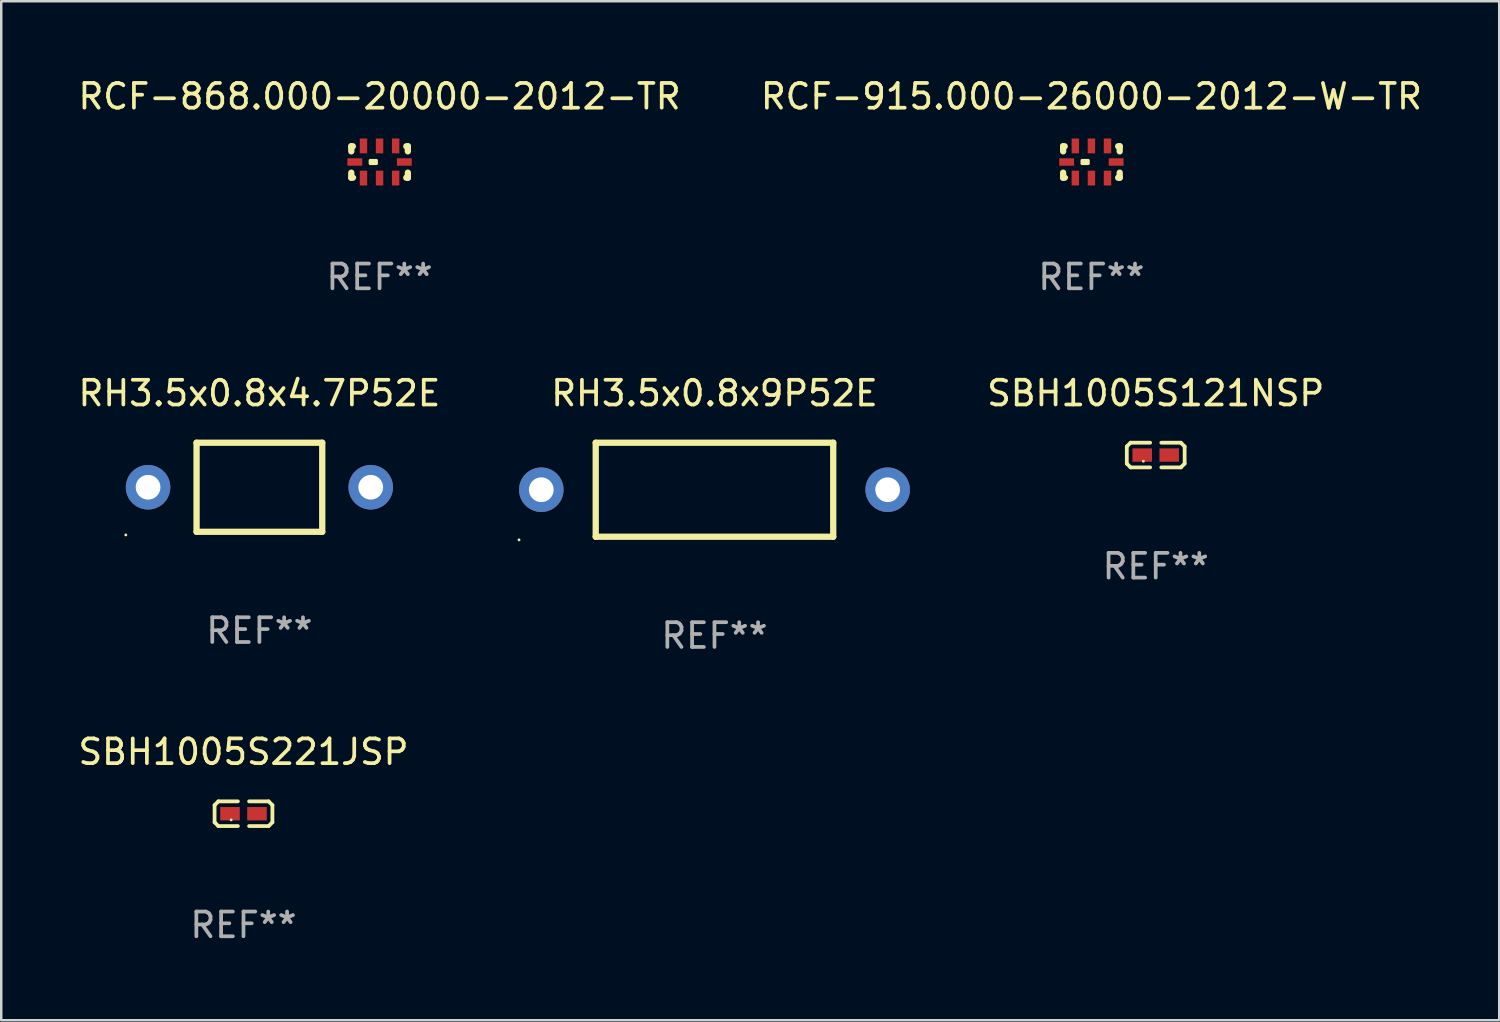
<source format=kicad_pcb>
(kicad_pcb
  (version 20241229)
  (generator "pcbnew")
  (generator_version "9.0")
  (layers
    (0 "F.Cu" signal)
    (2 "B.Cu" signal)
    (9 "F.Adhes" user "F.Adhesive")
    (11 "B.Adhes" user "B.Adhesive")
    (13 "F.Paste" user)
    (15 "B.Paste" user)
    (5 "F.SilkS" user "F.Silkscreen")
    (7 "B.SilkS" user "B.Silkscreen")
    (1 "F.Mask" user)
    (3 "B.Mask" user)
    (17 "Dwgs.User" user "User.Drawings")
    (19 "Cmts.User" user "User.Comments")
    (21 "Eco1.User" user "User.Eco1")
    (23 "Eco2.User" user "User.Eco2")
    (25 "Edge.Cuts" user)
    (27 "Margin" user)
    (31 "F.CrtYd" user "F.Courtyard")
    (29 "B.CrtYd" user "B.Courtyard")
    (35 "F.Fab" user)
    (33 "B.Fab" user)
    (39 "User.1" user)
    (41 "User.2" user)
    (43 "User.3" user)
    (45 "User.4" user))
  (footprint "SBH1005S121NSP"
    (layer "F.Cu")
    (at 43.664 15.343)
    (property "Reference" "SBH1005S121NSP" (at 0 -2.499 0) (layer "F.SilkS") (effects (font (size 1 1) (thickness 0.15))))
    (attr through_hole)
    (fp_line (start -1.169 -0.346) (end -1.016 -0.499) (stroke (width 0.152) (type solid)) (layer "F.SilkS"))
    (fp_line (start -1.169 0.346) (end -1.169 -0.346) (stroke (width 0.152) (type solid)) (layer "F.SilkS"))
    (fp_line (start -1.016 -0.499) (end -0.226 -0.499) (stroke (width 0.152) (type solid)) (layer "F.SilkS"))
    (fp_line (start -1.016 0.499) (end -1.169 0.346) (stroke (width 0.152) (type solid)) (layer "F.SilkS"))
    (fp_line (start -0.226 0.499) (end -1.016 0.499) (stroke (width 0.152) (type solid)) (layer "F.SilkS"))
    (fp_line (start 0.226 0.499) (end 1.016 0.499) (stroke (width 0.152) (type solid)) (layer "F.SilkS"))
    (fp_line (start 1.016 -0.499) (end 0.226 -0.499) (stroke (width 0.152) (type solid)) (layer "F.SilkS"))
    (fp_line (start 1.016 0.499) (end 1.169 0.346) (stroke (width 0.152) (type solid)) (layer "F.SilkS"))
    (fp_line (start 1.169 -0.346) (end 1.016 -0.499) (stroke (width 0.152) (type solid)) (layer "F.SilkS"))
    (fp_line (start 1.169 0.346) (end 1.169 -0.346) (stroke (width 0.152) (type solid)) (layer "F.SilkS"))
    (fp_circle (center -0.5 0.25) (end -0.47 0.25) (stroke (width 0.06) (type solid)) (fill no) (layer "F.SilkS"))
    (fp_text user "REF**" (at 0 4.499 0) (layer "F.Fab") (effects (font (size 1 1) (thickness 0.15))))
    (pad "1" smd rect (at -0.545 0) (size 0.79 0.54) (layers "F.Cu" "F.Mask" "F.Paste"))
    (pad "2" smd rect (at 0.545 0) (size 0.79 0.54) (layers "F.Cu" "F.Mask" "F.Paste")))
  (footprint "RH3.5x0.8x9P52E"
    (layer "F.Cu")
    (at 25.829 16.745)
    (property "Reference" "RH3.5x0.8x9P52E" (at 0 -3.9 0) (layer "F.SilkS") (effects (font (size 1 1) (thickness 0.15))))
    (attr through_hole)
    (fp_line (start -4.8 -1.9) (end -4.8 1.9) (stroke (width 0.254) (type solid)) (layer "F.SilkS"))
    (fp_line (start -4.8 -1.9) (end 4.8 -1.9) (stroke (width 0.254) (type solid)) (layer "F.SilkS"))
    (fp_line (start -4.8 1.9) (end 4.8 1.9) (stroke (width 0.254) (type solid)) (layer "F.SilkS"))
    (fp_line (start 4.8 -1.9) (end 4.8 1.9) (stroke (width 0.254) (type solid)) (layer "F.SilkS"))
    (fp_circle (center -7.9 2.027) (end -7.87 2.027) (stroke (width 0.06) (type solid)) (fill no) (layer "F.SilkS"))
    (fp_text user "REF**" (at 0 5.9 0) (layer "F.Fab") (effects (font (size 1 1) (thickness 0.15))))
    (pad "1" thru_hole circle (at -7 0) (size 1.8 1.8) (drill 1) (layers "*.Cu" "*.Mask"))
    (pad "2" thru_hole circle (at 7 0) (size 1.8 1.8) (drill 1) (layers "*.Cu" "*.Mask")))
  (footprint "RCF-915.000-26000-2012-W-TR"
    (layer "F.Cu")
    (at 41.065 3.498)
    (property "Reference" "RCF-915.000-26000-2012-W-TR" (at 0 -2.65 0) (layer "F.SilkS") (effects (font (size 1 1) (thickness 0.15))))
    (attr through_hole)
    (fp_line (start -1.143 -0.635) (end -1.081 -0.635) (stroke (width 0.254) (type solid)) (layer "F.SilkS"))
    (fp_line (start -1.143 -0.431) (end -1.143 -0.635) (stroke (width 0.254) (type solid)) (layer "F.SilkS"))
    (fp_line (start -1.143 0.635) (end -1.143 0.431) (stroke (width 0.254) (type solid)) (layer "F.SilkS"))
    (fp_line (start -1.081 0.635) (end -1.143 0.635) (stroke (width 0.254) (type solid)) (layer "F.SilkS"))
    (fp_line (start 1.081 -0.635) (end 1.143 -0.635) (stroke (width 0.254) (type solid)) (layer "F.SilkS"))
    (fp_line (start 1.143 -0.635) (end 1.143 -0.431) (stroke (width 0.254) (type solid)) (layer "F.SilkS"))
    (fp_line (start 1.143 0.431) (end 1.143 0.635) (stroke (width 0.254) (type solid)) (layer "F.SilkS"))
    (fp_line (start 1.143 0.635) (end 1.081 0.635) (stroke (width 0.254) (type solid)) (layer "F.SilkS"))
    (fp_circle (center -1 0.625) (end -0.97 0.625) (stroke (width 0.06) (type solid)) (fill no) (layer "F.SilkS"))
    (fp_poly (pts (xy -0.381 -0.064) (xy -0.127 -0.064) (xy -0.127 0.063) (xy -0.381 0.063)) (stroke (width 0.12) (type solid)) (fill yes) (layer "F.SilkS"))
    (fp_text user "REF**" (at 0 4.65 0) (layer "F.Fab") (effects (font (size 1 1) (thickness 0.15))))
    (pad "1" smd rect (at -0.65 0.65) (size 0.3 0.6) (layers "F.Cu" "F.Mask" "F.Paste"))
    (pad "2" smd rect (at 0 0.65) (size 0.3 0.6) (layers "F.Cu" "F.Mask" "F.Paste"))
    (pad "3" smd rect (at 0.65 0.65) (size 0.3 0.6) (layers "F.Cu" "F.Mask" "F.Paste"))
    (pad "4" smd rect (at 1 0.000127) (size 0.6 0.3) (layers "F.Cu" "F.Mask" "F.Paste"))
    (pad "5" smd rect (at 0.65 -0.65) (size 0.3 0.6) (layers "F.Cu" "F.Mask" "F.Paste"))
    (pad "6" smd rect (at 0 -0.65) (size 0.3 0.6) (layers "F.Cu" "F.Mask" "F.Paste"))
    (pad "7" smd rect (at -0.65 -0.65) (size 0.3 0.6) (layers "F.Cu" "F.Mask" "F.Paste"))
    (pad "8" smd rect (at -1 0.000127) (size 0.6 0.3) (layers "F.Cu" "F.Mask" "F.Paste")))
  (footprint "RCF-868.000-20000-2012-TR"
    (layer "F.Cu")
    (at 12.292 3.498)
    (property "Reference" "RCF-868.000-20000-2012-TR" (at 0 -2.65 0) (layer "F.SilkS") (effects (font (size 1 1) (thickness 0.15))))
    (attr through_hole)
    (fp_line (start -1.143 -0.635) (end -1.081 -0.635) (stroke (width 0.254) (type solid)) (layer "F.SilkS"))
    (fp_line (start -1.143 -0.431) (end -1.143 -0.635) (stroke (width 0.254) (type solid)) (layer "F.SilkS"))
    (fp_line (start -1.143 0.635) (end -1.143 0.431) (stroke (width 0.254) (type solid)) (layer "F.SilkS"))
    (fp_line (start -1.081 0.635) (end -1.143 0.635) (stroke (width 0.254) (type solid)) (layer "F.SilkS"))
    (fp_line (start 1.081 -0.635) (end 1.143 -0.635) (stroke (width 0.254) (type solid)) (layer "F.SilkS"))
    (fp_line (start 1.143 -0.635) (end 1.143 -0.431) (stroke (width 0.254) (type solid)) (layer "F.SilkS"))
    (fp_line (start 1.143 0.431) (end 1.143 0.635) (stroke (width 0.254) (type solid)) (layer "F.SilkS"))
    (fp_line (start 1.143 0.635) (end 1.081 0.635) (stroke (width 0.254) (type solid)) (layer "F.SilkS"))
    (fp_circle (center -1 0.625) (end -0.97 0.625) (stroke (width 0.06) (type solid)) (fill no) (layer "F.SilkS"))
    (fp_poly (pts (xy -0.381 -0.064) (xy -0.127 -0.064) (xy -0.127 0.063) (xy -0.381 0.063)) (stroke (width 0.12) (type solid)) (fill yes) (layer "F.SilkS"))
    (fp_text user "REF**" (at 0 4.65 0) (layer "F.Fab") (effects (font (size 1 1) (thickness 0.15))))
    (pad "1" smd rect (at -0.65 0.65) (size 0.3 0.6) (layers "F.Cu" "F.Mask" "F.Paste"))
    (pad "2" smd rect (at 0 0.65) (size 0.3 0.6) (layers "F.Cu" "F.Mask" "F.Paste"))
    (pad "3" smd rect (at 0.65 0.65) (size 0.3 0.6) (layers "F.Cu" "F.Mask" "F.Paste"))
    (pad "4" smd rect (at 1 0.000127) (size 0.6 0.3) (layers "F.Cu" "F.Mask" "F.Paste"))
    (pad "5" smd rect (at 0.65 -0.65) (size 0.3 0.6) (layers "F.Cu" "F.Mask" "F.Paste"))
    (pad "6" smd rect (at 0 -0.65) (size 0.3 0.6) (layers "F.Cu" "F.Mask" "F.Paste"))
    (pad "7" smd rect (at -0.65 -0.65) (size 0.3 0.6) (layers "F.Cu" "F.Mask" "F.Paste"))
    (pad "8" smd rect (at -1 0.000127) (size 0.6 0.3) (layers "F.Cu" "F.Mask" "F.Paste")))
  (footprint "SBH1005S221JSP"
    (layer "F.Cu")
    (at 6.792 29.84)
    (property "Reference" "SBH1005S221JSP" (at 0 -2.499 0) (layer "F.SilkS") (effects (font (size 1 1) (thickness 0.15))))
    (attr through_hole)
    (fp_line (start -1.169 -0.346) (end -1.016 -0.499) (stroke (width 0.152) (type solid)) (layer "F.SilkS"))
    (fp_line (start -1.169 0.346) (end -1.169 -0.346) (stroke (width 0.152) (type solid)) (layer "F.SilkS"))
    (fp_line (start -1.016 -0.499) (end -0.226 -0.499) (stroke (width 0.152) (type solid)) (layer "F.SilkS"))
    (fp_line (start -1.016 0.499) (end -1.169 0.346) (stroke (width 0.152) (type solid)) (layer "F.SilkS"))
    (fp_line (start -0.226 0.499) (end -1.016 0.499) (stroke (width 0.152) (type solid)) (layer "F.SilkS"))
    (fp_line (start 0.226 0.499) (end 1.016 0.499) (stroke (width 0.152) (type solid)) (layer "F.SilkS"))
    (fp_line (start 1.016 -0.499) (end 0.226 -0.499) (stroke (width 0.152) (type solid)) (layer "F.SilkS"))
    (fp_line (start 1.016 0.499) (end 1.169 0.346) (stroke (width 0.152) (type solid)) (layer "F.SilkS"))
    (fp_line (start 1.169 -0.346) (end 1.016 -0.499) (stroke (width 0.152) (type solid)) (layer "F.SilkS"))
    (fp_line (start 1.169 0.346) (end 1.169 -0.346) (stroke (width 0.152) (type solid)) (layer "F.SilkS"))
    (fp_circle (center -0.5 0.25) (end -0.47 0.25) (stroke (width 0.06) (type solid)) (fill no) (layer "F.SilkS"))
    (fp_text user "REF**" (at 0 4.499 0) (layer "F.Fab") (effects (font (size 1 1) (thickness 0.15))))
    (pad "1" smd rect (at -0.545 0) (size 0.79 0.54) (layers "F.Cu" "F.Mask" "F.Paste"))
    (pad "2" smd rect (at 0.545 0) (size 0.79 0.54) (layers "F.Cu" "F.Mask" "F.Paste")))
  (footprint "RH3.5x0.8x4.7P52E"
    (layer "F.Cu")
    (at 7.435 16.645)
    (property "Reference" "RH3.5x0.8x4.7P52E" (at 0 -3.8 0) (layer "F.SilkS") (effects (font (size 1 1) (thickness 0.15))))
    (attr through_hole)
    (fp_line (start -2.54 -1.8) (end 2.54 -1.8) (stroke (width 0.254) (type solid)) (layer "F.SilkS"))
    (fp_line (start -2.54 1.8) (end -2.54 -1.8) (stroke (width 0.254) (type solid)) (layer "F.SilkS"))
    (fp_line (start 2.54 -1.8) (end 2.54 1.8) (stroke (width 0.254) (type solid)) (layer "F.SilkS"))
    (fp_line (start 2.54 1.8) (end -2.54 1.8) (stroke (width 0.254) (type solid)) (layer "F.SilkS"))
    (fp_circle (center -5.4 1.927) (end -5.37 1.927) (stroke (width 0.06) (type solid)) (fill no) (layer "F.SilkS"))
    (fp_text user "REF**" (at 0 5.8 0) (layer "F.Fab") (effects (font (size 1 1) (thickness 0.15))))
    (pad "1" thru_hole circle (at -4.5 0) (size 1.8 1.8) (drill 1) (layers "*.Cu" "*.Mask"))
    (pad "2" thru_hole circle (at 4.5 0) (size 1.8 1.8) (drill 1) (layers "*.Cu" "*.Mask")))
  (gr_rect
    (start -3 -3)
    (end 57.548 38.187)
    (stroke (width 0.1) (type default))
    (fill no)
    (layer "Edge.Cuts")))
</source>
